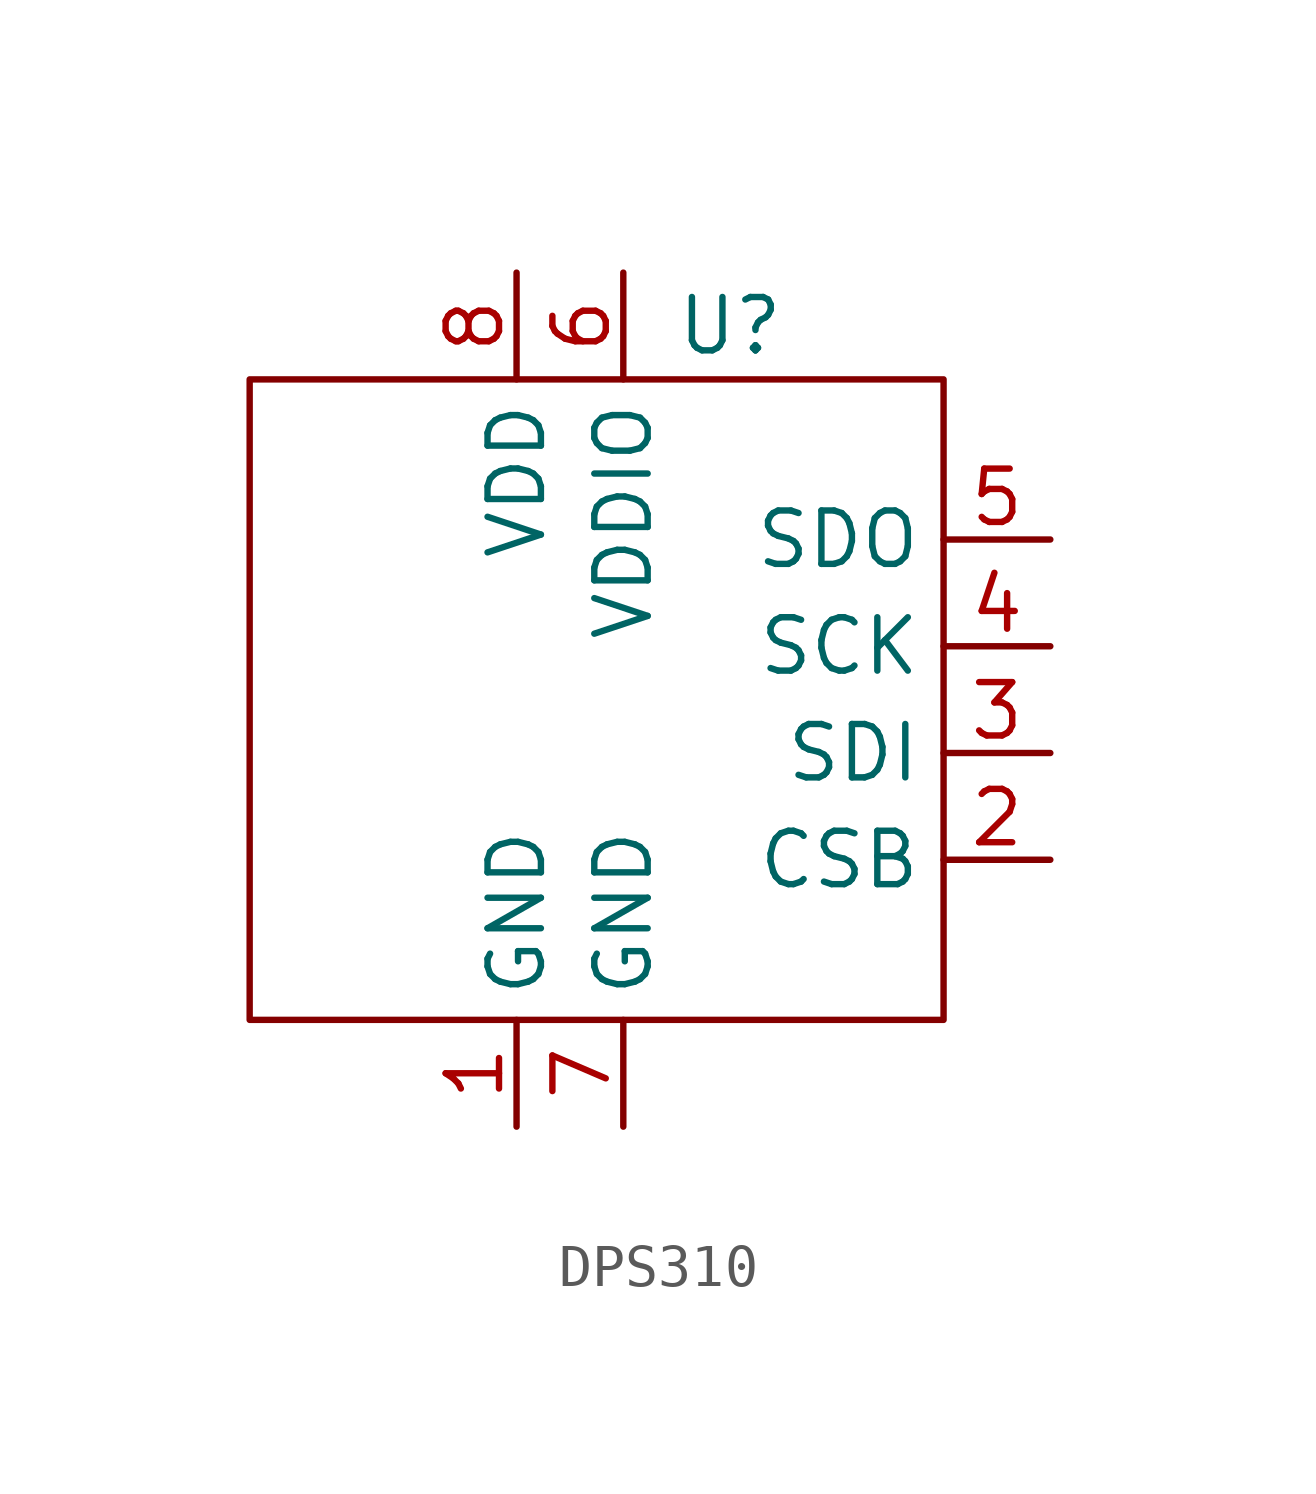
<source format=kicad_sym>
(kicad_symbol_lib
  (version 20220914)
  (generator kicad_symbol_editor)
  (symbol "DPS310"
    (property "Reference" "U"
      (at 3.81 8.89 0)
      (effects (font (size 1.27 1.27))))
    (property "Value" ""
      (at 0 0 0)
      (effects (font (size 1.27 1.27))))
    (symbol "DPS310_0_1"
      (rectangle (start -7.62 7.62) (end 8.89 -7.62) (stroke (width 0) (type default)) (fill (type none))))
    (symbol "DPS310_1_1"
      (pin power_in line (at -1.27 -10.16 90) (length 2.54) (name "GND" (effects (font (size 1.27 1.27)))) (number "1" (effects (font (size 1.27 1.27)))))
      (pin input line (at 11.43 -3.81 180) (length 2.54) (name "CSB" (effects (font (size 1.27 1.27)))) (number "2" (effects (font (size 1.27 1.27)))))
      (pin bidirectional line (at 11.43 -1.27 180) (length 2.54) (name "SDI" (effects (font (size 1.27 1.27)))) (number "3" (effects (font (size 1.27 1.27)))))
      (pin input line (at 11.43 1.27 180) (length 2.54) (name "SCK" (effects (font (size 1.27 1.27)))) (number "4" (effects (font (size 1.27 1.27)))))
      (pin input line (at 11.43 3.81 180) (length 2.54) (name "SDO" (effects (font (size 1.27 1.27)))) (number "5" (effects (font (size 1.27 1.27)))))
      (pin power_in line (at 1.27 10.16 270) (length 2.54) (name "VDDIO" (effects (font (size 1.27 1.27)))) (number "6" (effects (font (size 1.27 1.27)))))
      (pin power_in line (at 1.27 -10.16 90) (length 2.54) (name "GND" (effects (font (size 1.27 1.27)))) (number "7" (effects (font (size 1.27 1.27)))))
      (pin power_in line (at -1.27 10.16 270) (length 2.54) (name "VDD" (effects (font (size 1.27 1.27)))) (number "8" (effects (font (size 1.27 1.27))))))))
</source>
